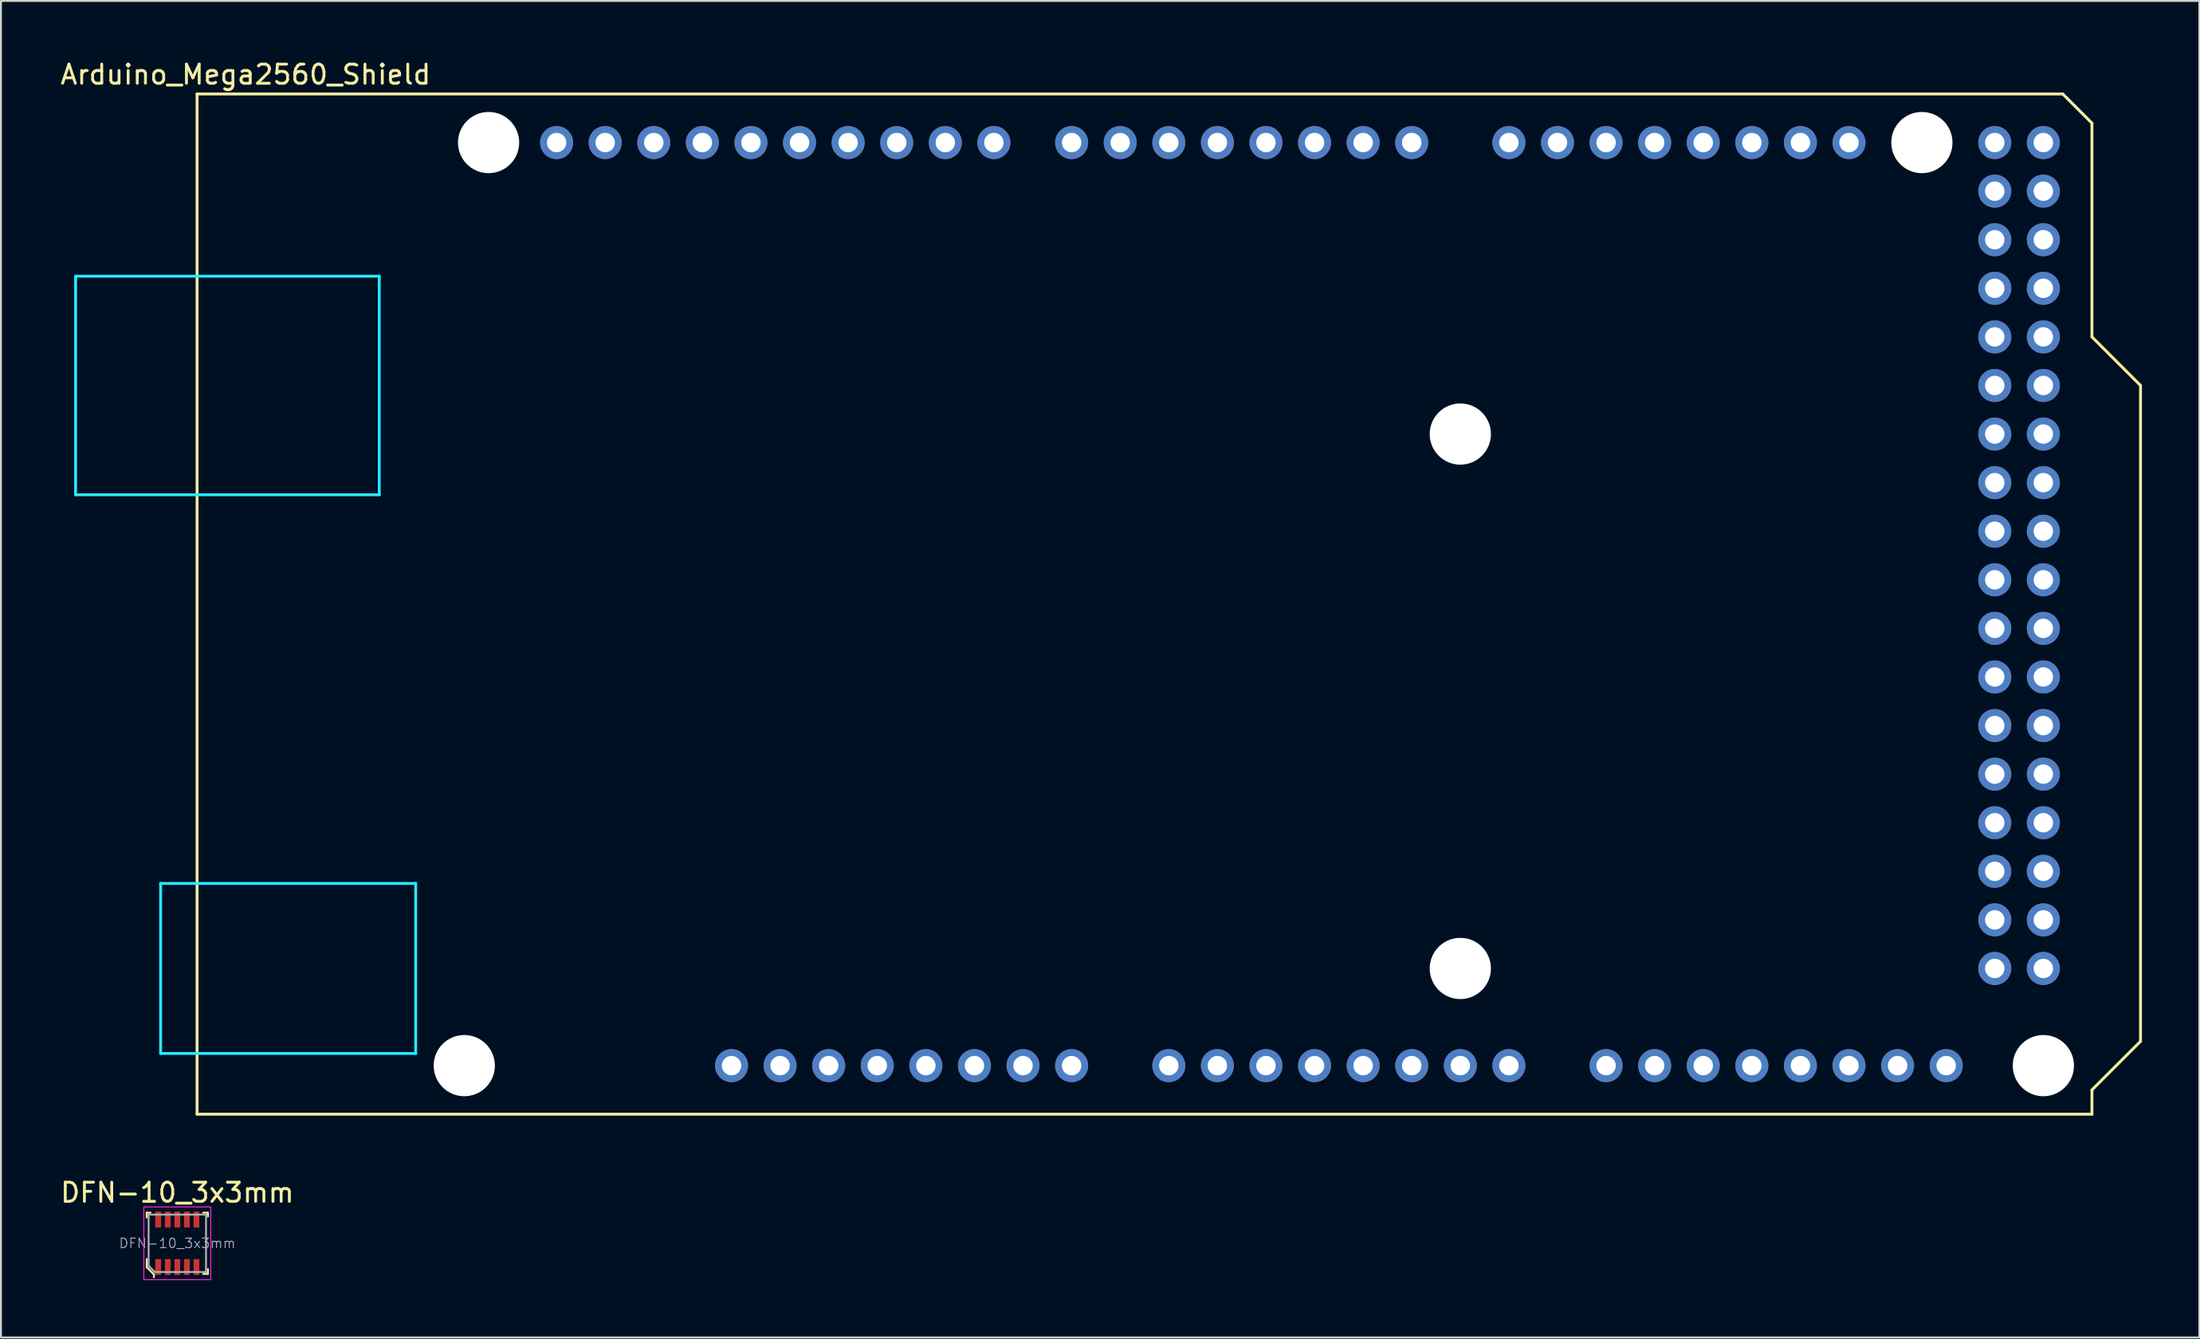
<source format=kicad_pcb>
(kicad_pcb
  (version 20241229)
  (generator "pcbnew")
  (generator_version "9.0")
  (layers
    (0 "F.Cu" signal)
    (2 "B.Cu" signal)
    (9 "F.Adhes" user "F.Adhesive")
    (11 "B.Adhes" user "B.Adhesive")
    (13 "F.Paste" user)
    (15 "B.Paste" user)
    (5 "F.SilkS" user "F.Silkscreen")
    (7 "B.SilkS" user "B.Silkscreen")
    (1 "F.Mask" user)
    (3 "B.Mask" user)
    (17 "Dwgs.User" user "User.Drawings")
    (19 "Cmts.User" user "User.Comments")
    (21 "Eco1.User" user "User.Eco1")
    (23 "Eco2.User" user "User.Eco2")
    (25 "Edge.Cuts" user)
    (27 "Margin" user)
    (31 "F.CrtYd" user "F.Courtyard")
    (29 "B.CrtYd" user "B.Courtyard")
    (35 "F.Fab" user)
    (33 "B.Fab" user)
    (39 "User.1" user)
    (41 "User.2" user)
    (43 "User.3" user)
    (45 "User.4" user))
  (footprint "Arduino_Mega2560_Shield"
    (layer "F.Cu")
    (at 7.252 55.204)
    (property "Reference" "Arduino_Mega2560_Shield" (at 2.54 -54.356 0) (layer "F.SilkS") (effects (font (size 1 1) (thickness 0.15))))
    (attr through_hole)
    (fp_line (start 0 -53.34) (end 0 0) (stroke (width 0.15) (type solid)) (layer "F.SilkS"))
    (fp_line (start 0 -53.34) (end 97.536 -53.34) (stroke (width 0.15) (type solid)) (layer "F.SilkS"))
    (fp_line (start 0 0) (end 99.06 0) (stroke (width 0.15) (type solid)) (layer "F.SilkS"))
    (fp_line (start 97.536 -53.34) (end 99.06 -51.816) (stroke (width 0.15) (type solid)) (layer "F.SilkS"))
    (fp_line (start 99.06 -40.64) (end 99.06 -51.816) (stroke (width 0.15) (type solid)) (layer "F.SilkS"))
    (fp_line (start 99.06 -1.27) (end 101.6 -3.81) (stroke (width 0.15) (type solid)) (layer "F.SilkS"))
    (fp_line (start 99.06 0) (end 99.06 -1.27) (stroke (width 0.15) (type solid)) (layer "F.SilkS"))
    (fp_line (start 101.6 -38.1) (end 99.06 -40.64) (stroke (width 0.15) (type solid)) (layer "F.SilkS"))
    (fp_line (start 101.6 -3.81) (end 101.6 -38.1) (stroke (width 0.15) (type solid)) (layer "F.SilkS"))
    (fp_line (start -6.35 -43.815) (end -6.35 -32.385) (stroke (width 0.15) (type solid)) (layer "B.CrtYd"))
    (fp_line (start -1.905 -12.065) (end -1.905 -3.175) (stroke (width 0.15) (type solid)) (layer "B.CrtYd"))
    (fp_line (start -1.905 -12.065) (end 11.43 -12.065) (stroke (width 0.15) (type solid)) (layer "B.CrtYd"))
    (fp_line (start -1.905 -3.175) (end 11.43 -3.175) (stroke (width 0.15) (type solid)) (layer "B.CrtYd"))
    (fp_line (start 9.525 -43.815) (end -6.35 -43.815) (stroke (width 0.15) (type solid)) (layer "B.CrtYd"))
    (fp_line (start 9.525 -43.815) (end 9.525 -32.385) (stroke (width 0.15) (type solid)) (layer "B.CrtYd"))
    (fp_line (start 9.525 -32.385) (end -6.35 -32.385) (stroke (width 0.15) (type solid)) (layer "B.CrtYd"))
    (fp_line (start 11.43 -12.065) (end 11.43 -3.175) (stroke (width 0.15) (type solid)) (layer "B.CrtYd"))
    (pad "" np_thru_hole circle (at 13.97 -2.54) (size 3.2 3.2) (drill 3.2) (layers "*.Cu" "*.Mask"))
    (pad "" np_thru_hole circle (at 15.24 -50.8) (size 3.2 3.2) (drill 3.2) (layers "*.Cu" "*.Mask"))
    (pad "" np_thru_hole circle (at 66.04 -35.56) (size 3.2 3.2) (drill 3.2) (layers "*.Cu" "*.Mask"))
    (pad "" np_thru_hole circle (at 66.04 -7.62) (size 3.2 3.2) (drill 3.2) (layers "*.Cu" "*.Mask"))
    (pad "" np_thru_hole circle (at 90.17 -50.8) (size 3.2 3.2) (drill 3.2) (layers "*.Cu" "*.Mask"))
    (pad "" np_thru_hole circle (at 96.52 -2.54) (size 3.2 3.2) (drill 3.2) (layers "*.Cu" "*.Mask"))
    (pad "3V3" thru_hole oval (at 35.56 -2.54) (size 1.727 1.727) (drill 1.016) (layers "*.Cu" "*.Mask"))
    (pad "5V1" thru_hole oval (at 38.1 -2.54) (size 1.727 1.727) (drill 1.016) (layers "*.Cu" "*.Mask"))
    (pad "5V3" thru_hole oval (at 93.98 -50.8) (size 1.727 1.727) (drill 1.016) (layers "*.Cu" "*.Mask"))
    (pad "5V4" thru_hole oval (at 96.52 -50.8) (size 1.727 1.727) (drill 1.016) (layers "*.Cu" "*.Mask"))
    (pad "A0" thru_hole oval (at 50.8 -2.54) (size 1.727 1.727) (drill 1.016) (layers "*.Cu" "*.Mask"))
    (pad "A1" thru_hole oval (at 53.34 -2.54) (size 1.727 1.727) (drill 1.016) (layers "*.Cu" "*.Mask"))
    (pad "A2" thru_hole oval (at 55.88 -2.54) (size 1.727 1.727) (drill 1.016) (layers "*.Cu" "*.Mask"))
    (pad "A3" thru_hole oval (at 58.42 -2.54) (size 1.727 1.727) (drill 1.016) (layers "*.Cu" "*.Mask"))
    (pad "A4" thru_hole oval (at 60.96 -2.54) (size 1.727 1.727) (drill 1.016) (layers "*.Cu" "*.Mask"))
    (pad "A5" thru_hole oval (at 63.5 -2.54) (size 1.727 1.727) (drill 1.016) (layers "*.Cu" "*.Mask"))
    (pad "A6" thru_hole oval (at 66.04 -2.54) (size 1.727 1.727) (drill 1.016) (layers "*.Cu" "*.Mask"))
    (pad "A7" thru_hole oval (at 68.58 -2.54) (size 1.727 1.727) (drill 1.016) (layers "*.Cu" "*.Mask"))
    (pad "A8" thru_hole oval (at 73.66 -2.54) (size 1.727 1.727) (drill 1.016) (layers "*.Cu" "*.Mask"))
    (pad "A9" thru_hole oval (at 76.2 -2.54) (size 1.727 1.727) (drill 1.016) (layers "*.Cu" "*.Mask"))
    (pad "A10" thru_hole oval (at 78.74 -2.54) (size 1.727 1.727) (drill 1.016) (layers "*.Cu" "*.Mask"))
    (pad "A11" thru_hole oval (at 81.28 -2.54) (size 1.727 1.727) (drill 1.016) (layers "*.Cu" "*.Mask"))
    (pad "A12" thru_hole oval (at 83.82 -2.54) (size 1.727 1.727) (drill 1.016) (layers "*.Cu" "*.Mask"))
    (pad "A13" thru_hole oval (at 86.36 -2.54) (size 1.727 1.727) (drill 1.016) (layers "*.Cu" "*.Mask"))
    (pad "A14" thru_hole oval (at 88.9 -2.54) (size 1.727 1.727) (drill 1.016) (layers "*.Cu" "*.Mask"))
    (pad "A15" thru_hole oval (at 91.44 -2.54) (size 1.727 1.727) (drill 1.016) (layers "*.Cu" "*.Mask"))
    (pad "AREF" thru_hole oval (at 23.876 -50.8) (size 1.727 1.727) (drill 1.016) (layers "*.Cu" "*.Mask"))
    (pad "D0" thru_hole oval (at 63.5 -50.8) (size 1.727 1.727) (drill 1.016) (layers "*.Cu" "*.Mask"))
    (pad "D1" thru_hole oval (at 60.96 -50.8) (size 1.727 1.727) (drill 1.016) (layers "*.Cu" "*.Mask"))
    (pad "D2" thru_hole oval (at 58.42 -50.8) (size 1.727 1.727) (drill 1.016) (layers "*.Cu" "*.Mask"))
    (pad "D3" thru_hole oval (at 55.88 -50.8) (size 1.727 1.727) (drill 1.016) (layers "*.Cu" "*.Mask"))
    (pad "D4" thru_hole oval (at 53.34 -50.8) (size 1.727 1.727) (drill 1.016) (layers "*.Cu" "*.Mask"))
    (pad "D5" thru_hole oval (at 50.8 -50.8) (size 1.727 1.727) (drill 1.016) (layers "*.Cu" "*.Mask"))
    (pad "D6" thru_hole oval (at 48.26 -50.8) (size 1.727 1.727) (drill 1.016) (layers "*.Cu" "*.Mask"))
    (pad "D7" thru_hole oval (at 45.72 -50.8) (size 1.727 1.727) (drill 1.016) (layers "*.Cu" "*.Mask"))
    (pad "D8" thru_hole oval (at 41.656 -50.8) (size 1.727 1.727) (drill 1.016) (layers "*.Cu" "*.Mask"))
    (pad "D9" thru_hole oval (at 39.116 -50.8) (size 1.727 1.727) (drill 1.016) (layers "*.Cu" "*.Mask"))
    (pad "D10" thru_hole oval (at 36.576 -50.8) (size 1.727 1.727) (drill 1.016) (layers "*.Cu" "*.Mask"))
    (pad "D11" thru_hole oval (at 34.036 -50.8) (size 1.727 1.727) (drill 1.016) (layers "*.Cu" "*.Mask"))
    (pad "D12" thru_hole oval (at 31.496 -50.8) (size 1.727 1.727) (drill 1.016) (layers "*.Cu" "*.Mask"))
    (pad "D13" thru_hole oval (at 28.956 -50.8) (size 1.727 1.727) (drill 1.016) (layers "*.Cu" "*.Mask"))
    (pad "D14" thru_hole oval (at 68.58 -50.8) (size 1.727 1.727) (drill 1.016) (layers "*.Cu" "*.Mask"))
    (pad "D15" thru_hole oval (at 71.12 -50.8) (size 1.727 1.727) (drill 1.016) (layers "*.Cu" "*.Mask"))
    (pad "D16" thru_hole oval (at 73.66 -50.8) (size 1.727 1.727) (drill 1.016) (layers "*.Cu" "*.Mask"))
    (pad "D17" thru_hole oval (at 76.2 -50.8) (size 1.727 1.727) (drill 1.016) (layers "*.Cu" "*.Mask"))
    (pad "D18" thru_hole oval (at 78.74 -50.8) (size 1.727 1.727) (drill 1.016) (layers "*.Cu" "*.Mask"))
    (pad "D19" thru_hole oval (at 81.28 -50.8) (size 1.727 1.727) (drill 1.016) (layers "*.Cu" "*.Mask"))
    (pad "D20" thru_hole oval (at 83.82 -50.8) (size 1.727 1.727) (drill 1.016) (layers "*.Cu" "*.Mask"))
    (pad "D21" thru_hole oval (at 86.36 -50.8) (size 1.727 1.727) (drill 1.016) (layers "*.Cu" "*.Mask"))
    (pad "D22" thru_hole oval (at 93.98 -48.26) (size 1.727 1.727) (drill 1.016) (layers "*.Cu" "*.Mask"))
    (pad "D23" thru_hole oval (at 96.52 -48.26) (size 1.727 1.727) (drill 1.016) (layers "*.Cu" "*.Mask"))
    (pad "D24" thru_hole oval (at 93.98 -45.72) (size 1.727 1.727) (drill 1.016) (layers "*.Cu" "*.Mask"))
    (pad "D25" thru_hole oval (at 96.52 -45.72) (size 1.727 1.727) (drill 1.016) (layers "*.Cu" "*.Mask"))
    (pad "D26" thru_hole oval (at 93.98 -43.18) (size 1.727 1.727) (drill 1.016) (layers "*.Cu" "*.Mask"))
    (pad "D27" thru_hole oval (at 96.52 -43.18) (size 1.727 1.727) (drill 1.016) (layers "*.Cu" "*.Mask"))
    (pad "D28" thru_hole oval (at 93.98 -40.64) (size 1.727 1.727) (drill 1.016) (layers "*.Cu" "*.Mask"))
    (pad "D29" thru_hole oval (at 96.52 -40.64) (size 1.727 1.727) (drill 1.016) (layers "*.Cu" "*.Mask"))
    (pad "D30" thru_hole oval (at 93.98 -38.1) (size 1.727 1.727) (drill 1.016) (layers "*.Cu" "*.Mask"))
    (pad "D31" thru_hole oval (at 96.52 -38.1) (size 1.727 1.727) (drill 1.016) (layers "*.Cu" "*.Mask"))
    (pad "D32" thru_hole oval (at 93.98 -35.56) (size 1.727 1.727) (drill 1.016) (layers "*.Cu" "*.Mask"))
    (pad "D33" thru_hole oval (at 96.52 -35.56) (size 1.727 1.727) (drill 1.016) (layers "*.Cu" "*.Mask"))
    (pad "D34" thru_hole oval (at 93.98 -33.02) (size 1.727 1.727) (drill 1.016) (layers "*.Cu" "*.Mask"))
    (pad "D35" thru_hole oval (at 96.52 -33.02) (size 1.727 1.727) (drill 1.016) (layers "*.Cu" "*.Mask"))
    (pad "D36" thru_hole oval (at 93.98 -30.48) (size 1.727 1.727) (drill 1.016) (layers "*.Cu" "*.Mask"))
    (pad "D37" thru_hole oval (at 96.52 -30.48) (size 1.727 1.727) (drill 1.016) (layers "*.Cu" "*.Mask"))
    (pad "D38" thru_hole oval (at 93.98 -27.94) (size 1.727 1.727) (drill 1.016) (layers "*.Cu" "*.Mask"))
    (pad "D39" thru_hole oval (at 96.52 -27.94) (size 1.727 1.727) (drill 1.016) (layers "*.Cu" "*.Mask"))
    (pad "D40" thru_hole oval (at 93.98 -25.4) (size 1.727 1.727) (drill 1.016) (layers "*.Cu" "*.Mask"))
    (pad "D41" thru_hole oval (at 96.52 -25.4) (size 1.727 1.727) (drill 1.016) (layers "*.Cu" "*.Mask"))
    (pad "D42" thru_hole oval (at 93.98 -22.86) (size 1.727 1.727) (drill 1.016) (layers "*.Cu" "*.Mask"))
    (pad "D43" thru_hole oval (at 96.52 -22.86) (size 1.727 1.727) (drill 1.016) (layers "*.Cu" "*.Mask"))
    (pad "D44" thru_hole oval (at 93.98 -20.32) (size 1.727 1.727) (drill 1.016) (layers "*.Cu" "*.Mask"))
    (pad "D45" thru_hole oval (at 96.52 -20.32) (size 1.727 1.727) (drill 1.016) (layers "*.Cu" "*.Mask"))
    (pad "D46" thru_hole oval (at 93.98 -17.78) (size 1.727 1.727) (drill 1.016) (layers "*.Cu" "*.Mask"))
    (pad "D47" thru_hole oval (at 96.52 -17.78) (size 1.727 1.727) (drill 1.016) (layers "*.Cu" "*.Mask"))
    (pad "D48" thru_hole oval (at 93.98 -15.24) (size 1.727 1.727) (drill 1.016) (layers "*.Cu" "*.Mask"))
    (pad "D49" thru_hole oval (at 96.52 -15.24) (size 1.727 1.727) (drill 1.016) (layers "*.Cu" "*.Mask"))
    (pad "D50" thru_hole oval (at 93.98 -12.7) (size 1.727 1.727) (drill 1.016) (layers "*.Cu" "*.Mask"))
    (pad "D51" thru_hole oval (at 96.52 -12.7) (size 1.727 1.727) (drill 1.016) (layers "*.Cu" "*.Mask"))
    (pad "D52" thru_hole oval (at 93.98 -10.16) (size 1.727 1.727) (drill 1.016) (layers "*.Cu" "*.Mask"))
    (pad "D53" thru_hole oval (at 96.52 -10.16) (size 1.727 1.727) (drill 1.016) (layers "*.Cu" "*.Mask"))
    (pad "GND1" thru_hole oval (at 26.416 -50.8) (size 1.727 1.727) (drill 1.016) (layers "*.Cu" "*.Mask"))
    (pad "GND2" thru_hole oval (at 40.64 -2.54) (size 1.727 1.727) (drill 1.016) (layers "*.Cu" "*.Mask"))
    (pad "GND3" thru_hole oval (at 43.18 -2.54) (size 1.727 1.727) (drill 1.016) (layers "*.Cu" "*.Mask"))
    (pad "GND5" thru_hole oval (at 93.98 -7.62) (size 1.727 1.727) (drill 1.016) (layers "*.Cu" "*.Mask"))
    (pad "GND6" thru_hole oval (at 96.52 -7.62) (size 1.727 1.727) (drill 1.016) (layers "*.Cu" "*.Mask"))
    (pad "IORF" thru_hole oval (at 30.48 -2.54) (size 1.727 1.727) (drill 1.016) (layers "*.Cu" "*.Mask"))
    (pad "RST1" thru_hole oval (at 33.02 -2.54) (size 1.727 1.727) (drill 1.016) (layers "*.Cu" "*.Mask"))
    (pad "SCL" thru_hole oval (at 18.796 -50.8) (size 1.727 1.727) (drill 1.016) (layers "*.Cu" "*.Mask"))
    (pad "SDA" thru_hole oval (at 21.336 -50.8) (size 1.727 1.727) (drill 1.016) (layers "*.Cu" "*.Mask"))
    (pad "VIN" thru_hole oval (at 45.72 -2.54) (size 1.727 1.727) (drill 1.016) (layers "*.Cu" "*.Mask"))
    (pad "X18" thru_hole oval (at 27.94 -2.54) (size 1.727 1.727) (drill 1.016) (layers "*.Cu" "*.Mask")))
  (footprint "DFN-10_3x3mm"
    (layer "F.Cu")
    (at 6.22 61.953)
    (property "Reference" "DFN-10_3x3mm" (at 0 -2.65 0) (layer "F.SilkS") (effects (font (size 1 1) (thickness 0.15))))
    (attr smd)
    (fp_line (start -1.6 -1.6) (end -1.6 -1.35) (stroke (width 0.1) (type solid)) (layer "F.SilkS"))
    (fp_line (start -1.6 -1.6) (end -1.4 -1.6) (stroke (width 0.1) (type solid)) (layer "F.SilkS"))
    (fp_line (start -1.6 1.25) (end -1.6 0.825) (stroke (width 0.1) (type solid)) (layer "F.SilkS"))
    (fp_line (start -1.6 1.25) (end -1.225 1.625) (stroke (width 0.1) (type solid)) (layer "F.SilkS"))
    (fp_line (start -1.225 1.625) (end -1.225 1.775) (stroke (width 0.1) (type solid)) (layer "F.SilkS"))
    (fp_line (start 1.6 -1.6) (end 1.35 -1.6) (stroke (width 0.1) (type solid)) (layer "F.SilkS"))
    (fp_line (start 1.6 -1.6) (end 1.6 -1.4) (stroke (width 0.1) (type solid)) (layer "F.SilkS"))
    (fp_line (start 1.6 1.6) (end 1.35 1.6) (stroke (width 0.1) (type solid)) (layer "F.SilkS"))
    (fp_line (start 1.6 1.6) (end 1.6 1.35) (stroke (width 0.1) (type solid)) (layer "F.SilkS"))
    (fp_line (start -1.75 -1.9) (end 1.75 -1.9) (stroke (width 0.05) (type solid)) (layer "F.CrtYd"))
    (fp_line (start -1.75 1.9) (end -1.75 -1.9) (stroke (width 0.05) (type solid)) (layer "F.CrtYd"))
    (fp_line (start 1.75 -1.9) (end 1.75 1.9) (stroke (width 0.05) (type solid)) (layer "F.CrtYd"))
    (fp_line (start 1.75 1.9) (end -1.75 1.9) (stroke (width 0.05) (type solid)) (layer "F.CrtYd"))
    (fp_line (start -1.5 -1.5) (end -1.5 1.175) (stroke (width 0.1) (type solid)) (layer "F.Fab"))
    (fp_line (start -1.5 -1.5) (end 1.5 -1.5) (stroke (width 0.1) (type solid)) (layer "F.Fab"))
    (fp_line (start -1.18 1.5) (end -1.5 1.18) (stroke (width 0.1) (type solid)) (layer "F.Fab"))
    (fp_line (start 1.5 -1.5) (end 1.5 1.5) (stroke (width 0.1) (type solid)) (layer "F.Fab"))
    (fp_line (start 1.5 1.5) (end -1.175 1.5) (stroke (width 0.1) (type solid)) (layer "F.Fab"))
    (fp_text user "${REFERENCE}" (at 0 0 0) (layer "F.Fab") (effects (font (size 0.5 0.5) (thickness 0.05))))
    (pad "1" smd rect (at -1 1.24) (size 0.3 0.825) (layers "F.Cu" "F.Mask" "F.Paste"))
    (pad "2" smd rect (at -0.5 1.24) (size 0.3 0.825) (layers "F.Cu" "F.Mask" "F.Paste"))
    (pad "3" smd rect (at 0 1.24) (size 0.3 0.825) (layers "F.Cu" "F.Mask" "F.Paste"))
    (pad "4" smd rect (at 0.5 1.24) (size 0.3 0.825) (layers "F.Cu" "F.Mask" "F.Paste"))
    (pad "5" smd rect (at 1 1.24) (size 0.3 0.825) (layers "F.Cu" "F.Mask" "F.Paste"))
    (pad "6" smd rect (at 1 -1.24) (size 0.3 0.825) (layers "F.Cu" "F.Mask" "F.Paste"))
    (pad "7" smd rect (at 0.5 -1.24) (size 0.3 0.825) (layers "F.Cu" "F.Mask" "F.Paste"))
    (pad "8" smd rect (at 0 -1.24) (size 0.3 0.825) (layers "F.Cu" "F.Mask" "F.Paste"))
    (pad "9" smd rect (at -0.5 -1.24) (size 0.3 0.825) (layers "F.Cu" "F.Mask" "F.Paste"))
    (pad "10" smd rect (at -1 -1.24) (size 0.3 0.825) (layers "F.Cu" "F.Mask" "F.Paste")))
  (gr_rect
    (start -3 -3)
    (end 111.927 66.877)
    (stroke (width 0.1) (type default))
    (fill no)
    (layer "Edge.Cuts")))
</source>
